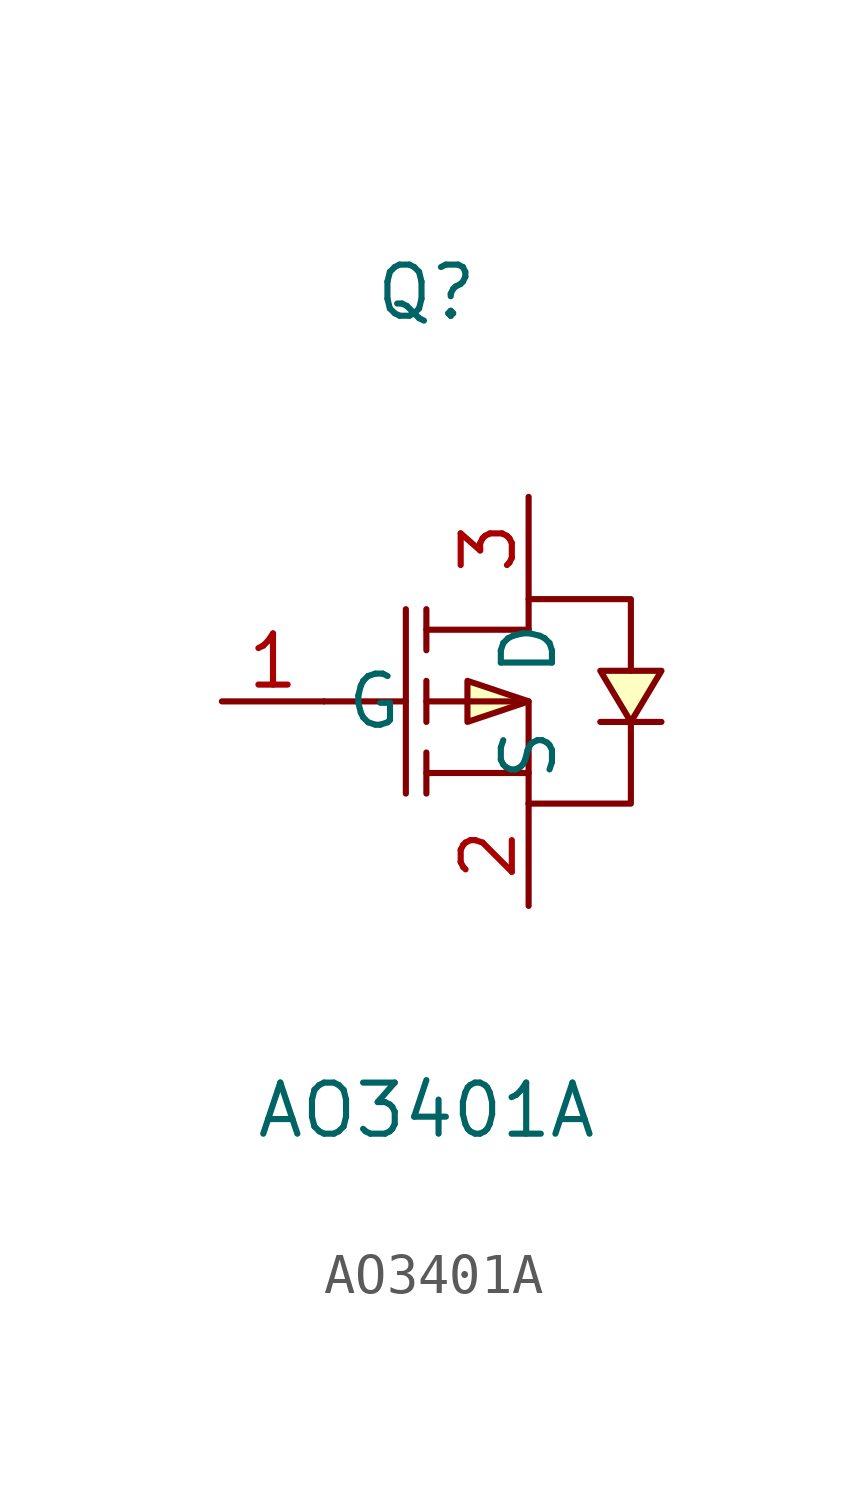
<source format=kicad_sym>
(kicad_symbol_lib
  (version 1)
  (generator "faebryk")
  (symbol "AO3401A"
    (property "Reference" "Q"
      (at 0 10.16 0)
      (effects (font (size 1.27 1.27)) (hide no)))
    (property "Value" "AO3401A"
      (at 0 -10.16 0)
      (effects (font (size 1.27 1.27)) (hide no)))
    (symbol "AO3401A_0_1"
      (polyline (stroke (width 0) (type default) (color 0 0 0 0)) (fill (type none)) (pts (xy 2.54 -2.54) (xy 5.08 -2.54) (xy 5.08 -0.51)))
      (polyline (stroke (width 0) (type default) (color 0 0 0 0)) (fill (type none)) (pts (xy 2.54 1.78) (xy 2.54 2.54) (xy 5.08 2.54) (xy 5.08 0.76)))
      (polyline (stroke (width 0) (type default) (color 0 0 0 0)) (fill (type none)) (pts (xy 2.54 1.78) (xy 0 1.78)))
      (polyline (stroke (width 0) (type default) (color 0 0 0 0)) (fill (type none)) (pts (xy 0 0) (xy 2.54 0) (xy 2.54 -2.54)))
      (polyline (stroke (width 0) (type default) (color 0 0 0 0)) (fill (type none)) (pts (xy 2.54 -1.78) (xy 0 -1.78)))
      (polyline (stroke (width 0) (type default) (color 0 0 0 0)) (fill (type none)) (pts (xy -0.51 2.29) (xy -0.51 -2.29)))
      (polyline (stroke (width 0) (type default) (color 0 0 0 0)) (fill (type none)) (pts (xy 0 1.27) (xy 0 2.29)))
      (polyline (stroke (width 0) (type default) (color 0 0 0 0)) (fill (type none)) (pts (xy 0 -0.51) (xy 0 0.51)))
      (polyline (stroke (width 0) (type default) (color 0 0 0 0)) (fill (type none)) (pts (xy 0 -2.29) (xy 0 -1.27)))
      (polyline (stroke (width 0) (type default) (color 0 0 0 0)) (fill (type none)) (pts (xy -2.54 0) (xy -0.51 0)))
      (polyline (stroke (width 0) (type default) (color 0 0 0 0)) (fill (type none)) (pts (xy 5.84 -0.51) (xy 5.59 -0.51) (xy 4.57 -0.51) (xy 4.32 -0.51)))
      (polyline (stroke (width 0) (type default) (color 0 0 0 0)) (fill (type background)) (pts (xy 2.54 0) (xy 1.02 0.51) (xy 1.02 -0.51) (xy 2.54 0)))
      (polyline (stroke (width 0) (type default) (color 0 0 0 0)) (fill (type background)) (pts (xy 5.08 -0.51) (xy 5.84 0.76) (xy 4.32 0.76) (xy 5.08 -0.51)))
      (pin unspecified line (at 2.54 5.08 270) (length 2.54) (name "D" (effects (font (size 1.27 1.27)) (hide no))) (number "3" (effects (font (size 1.27 1.27)) (hide no))))
      (pin unspecified line (at -5.08 0 0) (length 2.54) (name "G" (effects (font (size 1.27 1.27)) (hide no))) (number "1" (effects (font (size 1.27 1.27)) (hide no))))
      (pin unspecified line (at 2.54 -5.08 90) (length 2.54) (name "S" (effects (font (size 1.27 1.27)) (hide no))) (number "2" (effects (font (size 1.27 1.27)) (hide no)))))))
</source>
